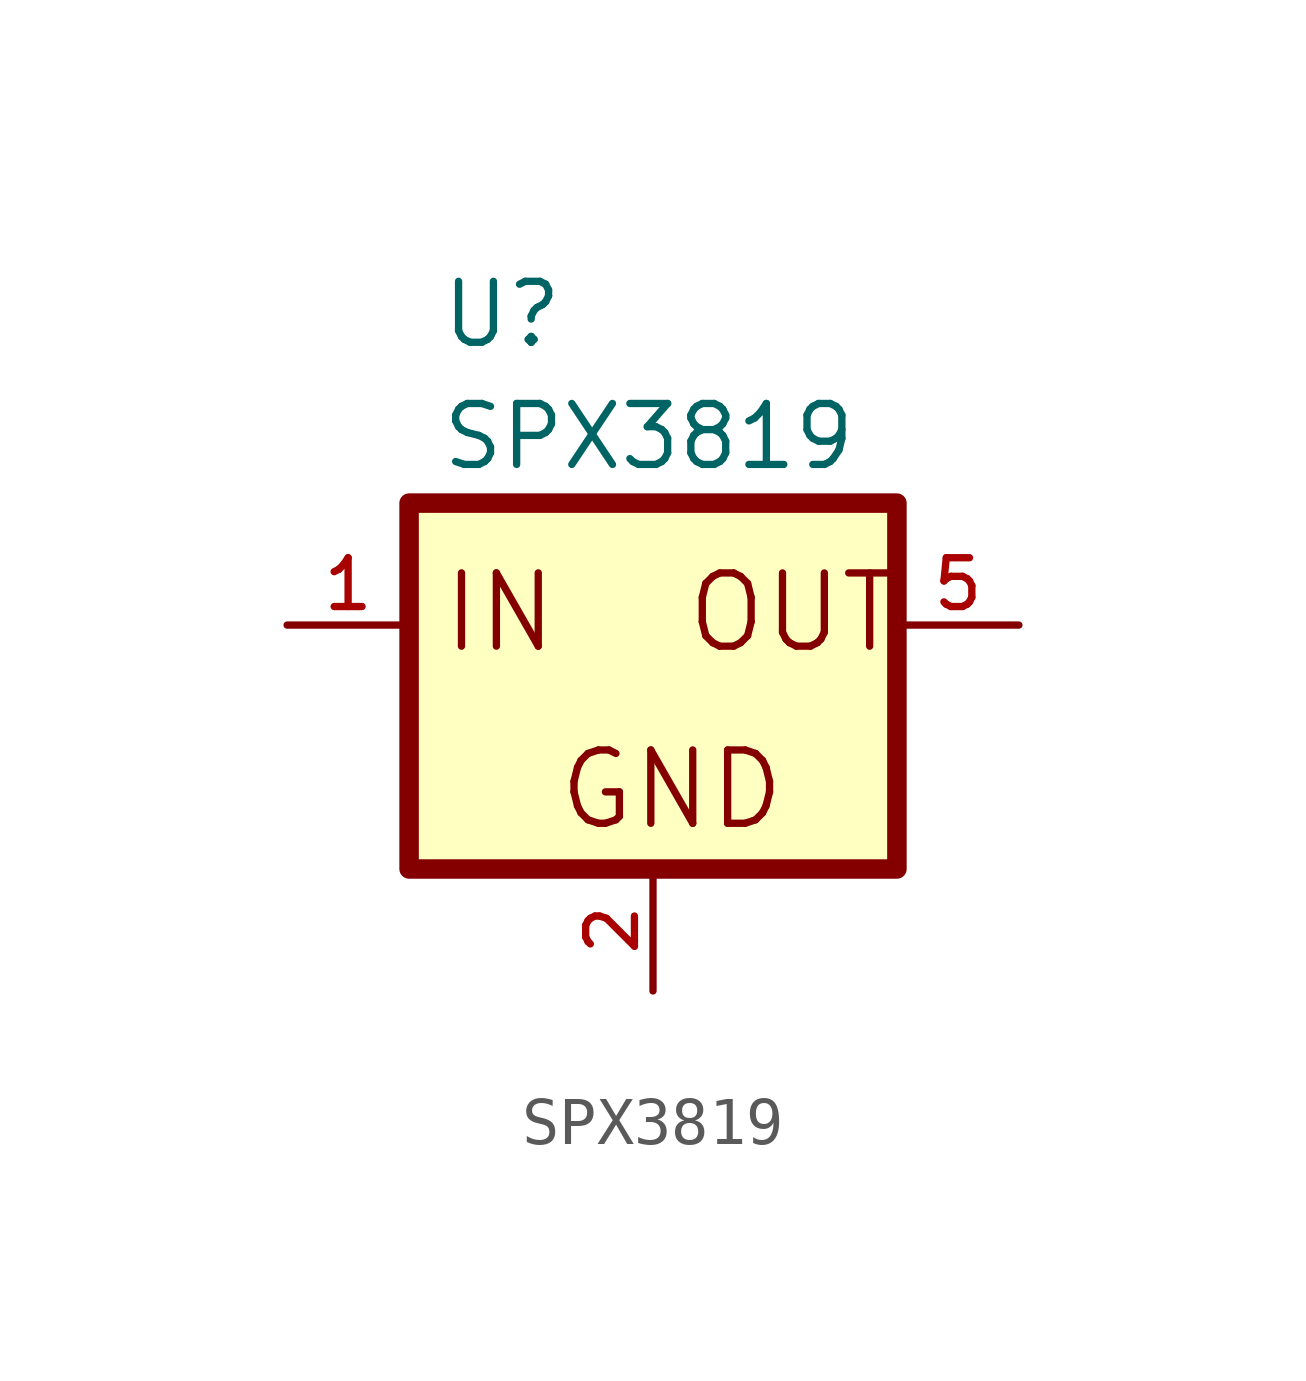
<source format=kicad_sym>
(kicad_symbol_lib
  (version 20211014)
  (generator kicad_symbol_editor)
  (symbol "SPX3819"
    (pin_names
      (offset 1.016))
    (property "Reference" "U"
      (at -4.452 6.996 0)
      (effects (font (size 1.27 1.27)) (justify bottom left)))
    (property "Value" "SPX3819"
      (at -4.452 4.452 0)
      (effects (font (size 1.27 1.27)) (justify bottom left)))
    (symbol "SPX3819_0_0"
      (text "GND" (at -2.036 -3.053 0) (effects (font (size 1.527 1.527)) (justify bottom left)))
      (text "IN" (at -4.452 0.636 0) (effects (font (size 1.526 1.526)) (justify bottom left)))
      (text "OUT" (at 0.636 0.636 0) (effects (font (size 1.525 1.525)) (justify bottom left)))
      (rectangle (start -5.08 -3.81) (end 5.08 3.81) (stroke (width 0.406)) (fill (type background)))
      (pin input line (at -7.62 1.27 0) (length 2.54) (name "~" (effects (font (size 1.016 1.016)))) (number "1" (effects (font (size 1.016 1.016)))))
      (pin input line (at -7.62 1.27 0) (length 2.54) hide (name "~" (effects (font (size 1.016 1.016)))) (number "3" (effects (font (size 1.016 1.016)))))
      (pin input line (at 0.0 -6.35 90.0) (length 2.54) (name "~" (effects (font (size 1.016 1.016)))) (number "2" (effects (font (size 1.016 1.016)))))
      (pin output line (at 7.62 1.27 180.0) (length 2.54) (name "~" (effects (font (size 1.016 1.016)))) (number "5" (effects (font (size 1.016 1.016))))))))
</source>
